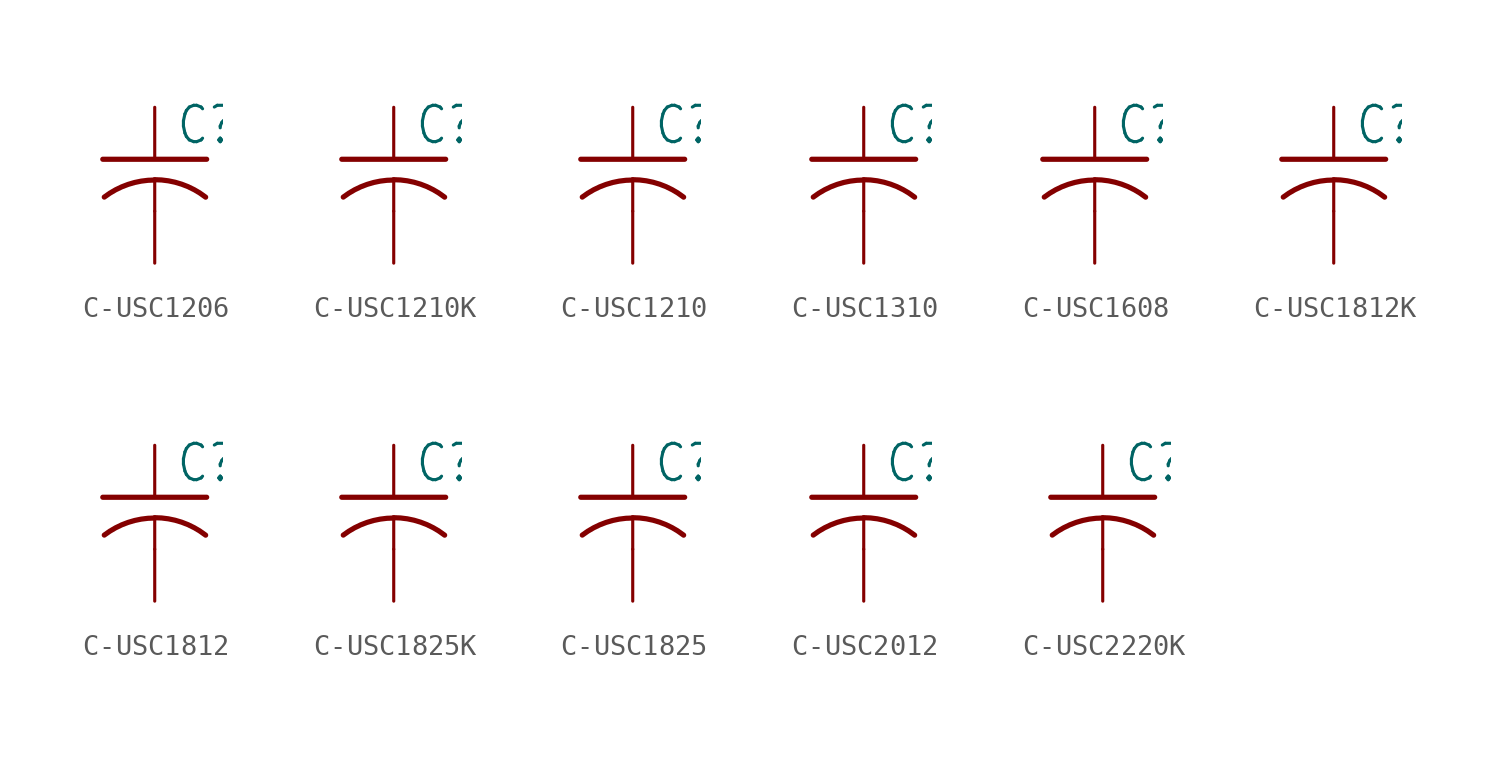
<source format=kicad_sym>
(kicad_symbol_lib
  (version 20231120)
  (generator "kicad_symbol_editor")
  (generator_version "8.0")
  (symbol "C-USC1206"
    (property "Reference" "C"
      (at 1.016 0.635 0)
      (effects (font (size 1.778 1.511)) (justify left bottom)))
    (property "Value" ""
      (at 1.016 -4.191 0)
      (effects (font (size 1.778 1.511)) (justify left bottom)))
    (property "ki_locked" ""
      (at 0 0 0)
      (effects (font (size 1.27 1.27))))
    (symbol "C-USC1206_1_0"
      (arc (start 0 -1.0161) (mid -1.302 -1.2303) (end -2.4668 -1.8504) (stroke (width 0.254) (type solid)) (fill (type none)))
      (polyline (pts (xy -2.54 0) (xy 2.54 0)) (stroke (width 0.254) (type solid)) (fill (type none)))
      (polyline (pts (xy 0 -1.016) (xy 0 -2.54)) (stroke (width 0.152) (type solid)) (fill (type none)))
      (polyline (pts (xy 0 -1.016) (xy 0 -1.016)) (stroke (width 0.152) (type solid)) (fill (type none)))
      (arc (start 2.4892 -1.8541) (mid 1.3158 -1.2194) (end 0 -1) (stroke (width 0.254) (type solid)) (fill (type none)))
      (pin passive line (at 0 2.54 270) (length 2.54) (name "1" (effects (font (size 0 0)))) (number "1" (effects (font (size 0 0)))))
      (pin passive line (at 0 -5.08 90) (length 2.54) (name "2" (effects (font (size 0 0)))) (number "2" (effects (font (size 0 0)))))))
  (symbol "C-USC1210K"
    (property "Reference" "C"
      (at 1.016 0.635 0)
      (effects (font (size 1.778 1.511)) (justify left bottom)))
    (property "Value" ""
      (at 1.016 -4.191 0)
      (effects (font (size 1.778 1.511)) (justify left bottom)))
    (property "ki_locked" ""
      (at 0 0 0)
      (effects (font (size 1.27 1.27))))
    (symbol "C-USC1210K_1_0"
      (arc (start 0 -1.0161) (mid -1.302 -1.2303) (end -2.4668 -1.8504) (stroke (width 0.254) (type solid)) (fill (type none)))
      (polyline (pts (xy -2.54 0) (xy 2.54 0)) (stroke (width 0.254) (type solid)) (fill (type none)))
      (polyline (pts (xy 0 -1.016) (xy 0 -2.54)) (stroke (width 0.152) (type solid)) (fill (type none)))
      (polyline (pts (xy 0 -1.016) (xy 0 -1.016)) (stroke (width 0.152) (type solid)) (fill (type none)))
      (arc (start 2.4892 -1.8541) (mid 1.3158 -1.2194) (end 0 -1) (stroke (width 0.254) (type solid)) (fill (type none)))
      (pin passive line (at 0 2.54 270) (length 2.54) (name "1" (effects (font (size 0 0)))) (number "1" (effects (font (size 0 0)))))
      (pin passive line (at 0 -5.08 90) (length 2.54) (name "2" (effects (font (size 0 0)))) (number "2" (effects (font (size 0 0)))))))
  (symbol "C-USC1210"
    (property "Reference" "C"
      (at 1.016 0.635 0)
      (effects (font (size 1.778 1.511)) (justify left bottom)))
    (property "Value" ""
      (at 1.016 -4.191 0)
      (effects (font (size 1.778 1.511)) (justify left bottom)))
    (property "ki_locked" ""
      (at 0 0 0)
      (effects (font (size 1.27 1.27))))
    (symbol "C-USC1210_1_0"
      (arc (start 0 -1.0161) (mid -1.302 -1.2303) (end -2.4668 -1.8504) (stroke (width 0.254) (type solid)) (fill (type none)))
      (polyline (pts (xy -2.54 0) (xy 2.54 0)) (stroke (width 0.254) (type solid)) (fill (type none)))
      (polyline (pts (xy 0 -1.016) (xy 0 -2.54)) (stroke (width 0.152) (type solid)) (fill (type none)))
      (polyline (pts (xy 0 -1.016) (xy 0 -1.016)) (stroke (width 0.152) (type solid)) (fill (type none)))
      (arc (start 2.4892 -1.8541) (mid 1.3158 -1.2194) (end 0 -1) (stroke (width 0.254) (type solid)) (fill (type none)))
      (pin passive line (at 0 2.54 270) (length 2.54) (name "1" (effects (font (size 0 0)))) (number "1" (effects (font (size 0 0)))))
      (pin passive line (at 0 -5.08 90) (length 2.54) (name "2" (effects (font (size 0 0)))) (number "2" (effects (font (size 0 0)))))))
  (symbol "C-USC1310"
    (property "Reference" "C"
      (at 1.016 0.635 0)
      (effects (font (size 1.778 1.511)) (justify left bottom)))
    (property "Value" ""
      (at 1.016 -4.191 0)
      (effects (font (size 1.778 1.511)) (justify left bottom)))
    (property "ki_locked" ""
      (at 0 0 0)
      (effects (font (size 1.27 1.27))))
    (symbol "C-USC1310_1_0"
      (arc (start 0 -1.0161) (mid -1.302 -1.2303) (end -2.4668 -1.8504) (stroke (width 0.254) (type solid)) (fill (type none)))
      (polyline (pts (xy -2.54 0) (xy 2.54 0)) (stroke (width 0.254) (type solid)) (fill (type none)))
      (polyline (pts (xy 0 -1.016) (xy 0 -2.54)) (stroke (width 0.152) (type solid)) (fill (type none)))
      (polyline (pts (xy 0 -1.016) (xy 0 -1.016)) (stroke (width 0.152) (type solid)) (fill (type none)))
      (arc (start 2.4892 -1.8541) (mid 1.3158 -1.2194) (end 0 -1) (stroke (width 0.254) (type solid)) (fill (type none)))
      (pin passive line (at 0 2.54 270) (length 2.54) (name "1" (effects (font (size 0 0)))) (number "1" (effects (font (size 0 0)))))
      (pin passive line (at 0 -5.08 90) (length 2.54) (name "2" (effects (font (size 0 0)))) (number "2" (effects (font (size 0 0)))))))
  (symbol "C-USC1608"
    (property "Reference" "C"
      (at 1.016 0.635 0)
      (effects (font (size 1.778 1.511)) (justify left bottom)))
    (property "Value" ""
      (at 1.016 -4.191 0)
      (effects (font (size 1.778 1.511)) (justify left bottom)))
    (property "ki_locked" ""
      (at 0 0 0)
      (effects (font (size 1.27 1.27))))
    (symbol "C-USC1608_1_0"
      (arc (start 0 -1.0161) (mid -1.302 -1.2303) (end -2.4668 -1.8504) (stroke (width 0.254) (type solid)) (fill (type none)))
      (polyline (pts (xy -2.54 0) (xy 2.54 0)) (stroke (width 0.254) (type solid)) (fill (type none)))
      (polyline (pts (xy 0 -1.016) (xy 0 -2.54)) (stroke (width 0.152) (type solid)) (fill (type none)))
      (polyline (pts (xy 0 -1.016) (xy 0 -1.016)) (stroke (width 0.152) (type solid)) (fill (type none)))
      (arc (start 2.4892 -1.8541) (mid 1.3158 -1.2194) (end 0 -1) (stroke (width 0.254) (type solid)) (fill (type none)))
      (pin passive line (at 0 2.54 270) (length 2.54) (name "1" (effects (font (size 0 0)))) (number "1" (effects (font (size 0 0)))))
      (pin passive line (at 0 -5.08 90) (length 2.54) (name "2" (effects (font (size 0 0)))) (number "2" (effects (font (size 0 0)))))))
  (symbol "C-USC1812K"
    (property "Reference" "C"
      (at 1.016 0.635 0)
      (effects (font (size 1.778 1.511)) (justify left bottom)))
    (property "Value" ""
      (at 1.016 -4.191 0)
      (effects (font (size 1.778 1.511)) (justify left bottom)))
    (property "ki_locked" ""
      (at 0 0 0)
      (effects (font (size 1.27 1.27))))
    (symbol "C-USC1812K_1_0"
      (arc (start 0 -1.0161) (mid -1.302 -1.2303) (end -2.4668 -1.8504) (stroke (width 0.254) (type solid)) (fill (type none)))
      (polyline (pts (xy -2.54 0) (xy 2.54 0)) (stroke (width 0.254) (type solid)) (fill (type none)))
      (polyline (pts (xy 0 -1.016) (xy 0 -2.54)) (stroke (width 0.152) (type solid)) (fill (type none)))
      (polyline (pts (xy 0 -1.016) (xy 0 -1.016)) (stroke (width 0.152) (type solid)) (fill (type none)))
      (arc (start 2.4892 -1.8541) (mid 1.3158 -1.2194) (end 0 -1) (stroke (width 0.254) (type solid)) (fill (type none)))
      (pin passive line (at 0 2.54 270) (length 2.54) (name "1" (effects (font (size 0 0)))) (number "1" (effects (font (size 0 0)))))
      (pin passive line (at 0 -5.08 90) (length 2.54) (name "2" (effects (font (size 0 0)))) (number "2" (effects (font (size 0 0)))))))
  (symbol "C-USC1812"
    (property "Reference" "C"
      (at 1.016 0.635 0)
      (effects (font (size 1.778 1.511)) (justify left bottom)))
    (property "Value" ""
      (at 1.016 -4.191 0)
      (effects (font (size 1.778 1.511)) (justify left bottom)))
    (property "ki_locked" ""
      (at 0 0 0)
      (effects (font (size 1.27 1.27))))
    (symbol "C-USC1812_1_0"
      (arc (start 0 -1.0161) (mid -1.302 -1.2303) (end -2.4668 -1.8504) (stroke (width 0.254) (type solid)) (fill (type none)))
      (polyline (pts (xy -2.54 0) (xy 2.54 0)) (stroke (width 0.254) (type solid)) (fill (type none)))
      (polyline (pts (xy 0 -1.016) (xy 0 -2.54)) (stroke (width 0.152) (type solid)) (fill (type none)))
      (polyline (pts (xy 0 -1.016) (xy 0 -1.016)) (stroke (width 0.152) (type solid)) (fill (type none)))
      (arc (start 2.4892 -1.8541) (mid 1.3158 -1.2194) (end 0 -1) (stroke (width 0.254) (type solid)) (fill (type none)))
      (pin passive line (at 0 2.54 270) (length 2.54) (name "1" (effects (font (size 0 0)))) (number "1" (effects (font (size 0 0)))))
      (pin passive line (at 0 -5.08 90) (length 2.54) (name "2" (effects (font (size 0 0)))) (number "2" (effects (font (size 0 0)))))))
  (symbol "C-USC1825K"
    (property "Reference" "C"
      (at 1.016 0.635 0)
      (effects (font (size 1.778 1.511)) (justify left bottom)))
    (property "Value" ""
      (at 1.016 -4.191 0)
      (effects (font (size 1.778 1.511)) (justify left bottom)))
    (property "ki_locked" ""
      (at 0 0 0)
      (effects (font (size 1.27 1.27))))
    (symbol "C-USC1825K_1_0"
      (arc (start 0 -1.0161) (mid -1.302 -1.2303) (end -2.4668 -1.8504) (stroke (width 0.254) (type solid)) (fill (type none)))
      (polyline (pts (xy -2.54 0) (xy 2.54 0)) (stroke (width 0.254) (type solid)) (fill (type none)))
      (polyline (pts (xy 0 -1.016) (xy 0 -2.54)) (stroke (width 0.152) (type solid)) (fill (type none)))
      (polyline (pts (xy 0 -1.016) (xy 0 -1.016)) (stroke (width 0.152) (type solid)) (fill (type none)))
      (arc (start 2.4892 -1.8541) (mid 1.3158 -1.2194) (end 0 -1) (stroke (width 0.254) (type solid)) (fill (type none)))
      (pin passive line (at 0 2.54 270) (length 2.54) (name "1" (effects (font (size 0 0)))) (number "1" (effects (font (size 0 0)))))
      (pin passive line (at 0 -5.08 90) (length 2.54) (name "2" (effects (font (size 0 0)))) (number "2" (effects (font (size 0 0)))))))
  (symbol "C-USC1825"
    (property "Reference" "C"
      (at 1.016 0.635 0)
      (effects (font (size 1.778 1.511)) (justify left bottom)))
    (property "Value" ""
      (at 1.016 -4.191 0)
      (effects (font (size 1.778 1.511)) (justify left bottom)))
    (property "ki_locked" ""
      (at 0 0 0)
      (effects (font (size 1.27 1.27))))
    (symbol "C-USC1825_1_0"
      (arc (start 0 -1.0161) (mid -1.302 -1.2303) (end -2.4668 -1.8504) (stroke (width 0.254) (type solid)) (fill (type none)))
      (polyline (pts (xy -2.54 0) (xy 2.54 0)) (stroke (width 0.254) (type solid)) (fill (type none)))
      (polyline (pts (xy 0 -1.016) (xy 0 -2.54)) (stroke (width 0.152) (type solid)) (fill (type none)))
      (polyline (pts (xy 0 -1.016) (xy 0 -1.016)) (stroke (width 0.152) (type solid)) (fill (type none)))
      (arc (start 2.4892 -1.8541) (mid 1.3158 -1.2194) (end 0 -1) (stroke (width 0.254) (type solid)) (fill (type none)))
      (pin passive line (at 0 2.54 270) (length 2.54) (name "1" (effects (font (size 0 0)))) (number "1" (effects (font (size 0 0)))))
      (pin passive line (at 0 -5.08 90) (length 2.54) (name "2" (effects (font (size 0 0)))) (number "2" (effects (font (size 0 0)))))))
  (symbol "C-USC2012"
    (property "Reference" "C"
      (at 1.016 0.635 0)
      (effects (font (size 1.778 1.511)) (justify left bottom)))
    (property "Value" ""
      (at 1.016 -4.191 0)
      (effects (font (size 1.778 1.511)) (justify left bottom)))
    (property "ki_locked" ""
      (at 0 0 0)
      (effects (font (size 1.27 1.27))))
    (symbol "C-USC2012_1_0"
      (arc (start 0 -1.0161) (mid -1.302 -1.2303) (end -2.4668 -1.8504) (stroke (width 0.254) (type solid)) (fill (type none)))
      (polyline (pts (xy -2.54 0) (xy 2.54 0)) (stroke (width 0.254) (type solid)) (fill (type none)))
      (polyline (pts (xy 0 -1.016) (xy 0 -2.54)) (stroke (width 0.152) (type solid)) (fill (type none)))
      (polyline (pts (xy 0 -1.016) (xy 0 -1.016)) (stroke (width 0.152) (type solid)) (fill (type none)))
      (arc (start 2.4892 -1.8541) (mid 1.3158 -1.2194) (end 0 -1) (stroke (width 0.254) (type solid)) (fill (type none)))
      (pin passive line (at 0 2.54 270) (length 2.54) (name "1" (effects (font (size 0 0)))) (number "1" (effects (font (size 0 0)))))
      (pin passive line (at 0 -5.08 90) (length 2.54) (name "2" (effects (font (size 0 0)))) (number "2" (effects (font (size 0 0)))))))
  (symbol "C-USC2220K"
    (property "Reference" "C"
      (at 1.016 0.635 0)
      (effects (font (size 1.778 1.511)) (justify left bottom)))
    (property "Value" ""
      (at 1.016 -4.191 0)
      (effects (font (size 1.778 1.511)) (justify left bottom)))
    (property "ki_locked" ""
      (at 0 0 0)
      (effects (font (size 1.27 1.27))))
    (symbol "C-USC2220K_1_0"
      (arc (start 0 -1.0161) (mid -1.302 -1.2303) (end -2.4668 -1.8504) (stroke (width 0.254) (type solid)) (fill (type none)))
      (polyline (pts (xy -2.54 0) (xy 2.54 0)) (stroke (width 0.254) (type solid)) (fill (type none)))
      (polyline (pts (xy 0 -1.016) (xy 0 -2.54)) (stroke (width 0.152) (type solid)) (fill (type none)))
      (polyline (pts (xy 0 -1.016) (xy 0 -1.016)) (stroke (width 0.152) (type solid)) (fill (type none)))
      (arc (start 2.4892 -1.8541) (mid 1.3158 -1.2194) (end 0 -1) (stroke (width 0.254) (type solid)) (fill (type none)))
      (pin passive line (at 0 2.54 270) (length 2.54) (name "1" (effects (font (size 0 0)))) (number "1" (effects (font (size 0 0)))))
      (pin passive line (at 0 -5.08 90) (length 2.54) (name "2" (effects (font (size 0 0)))) (number "2" (effects (font (size 0 0))))))))
</source>
